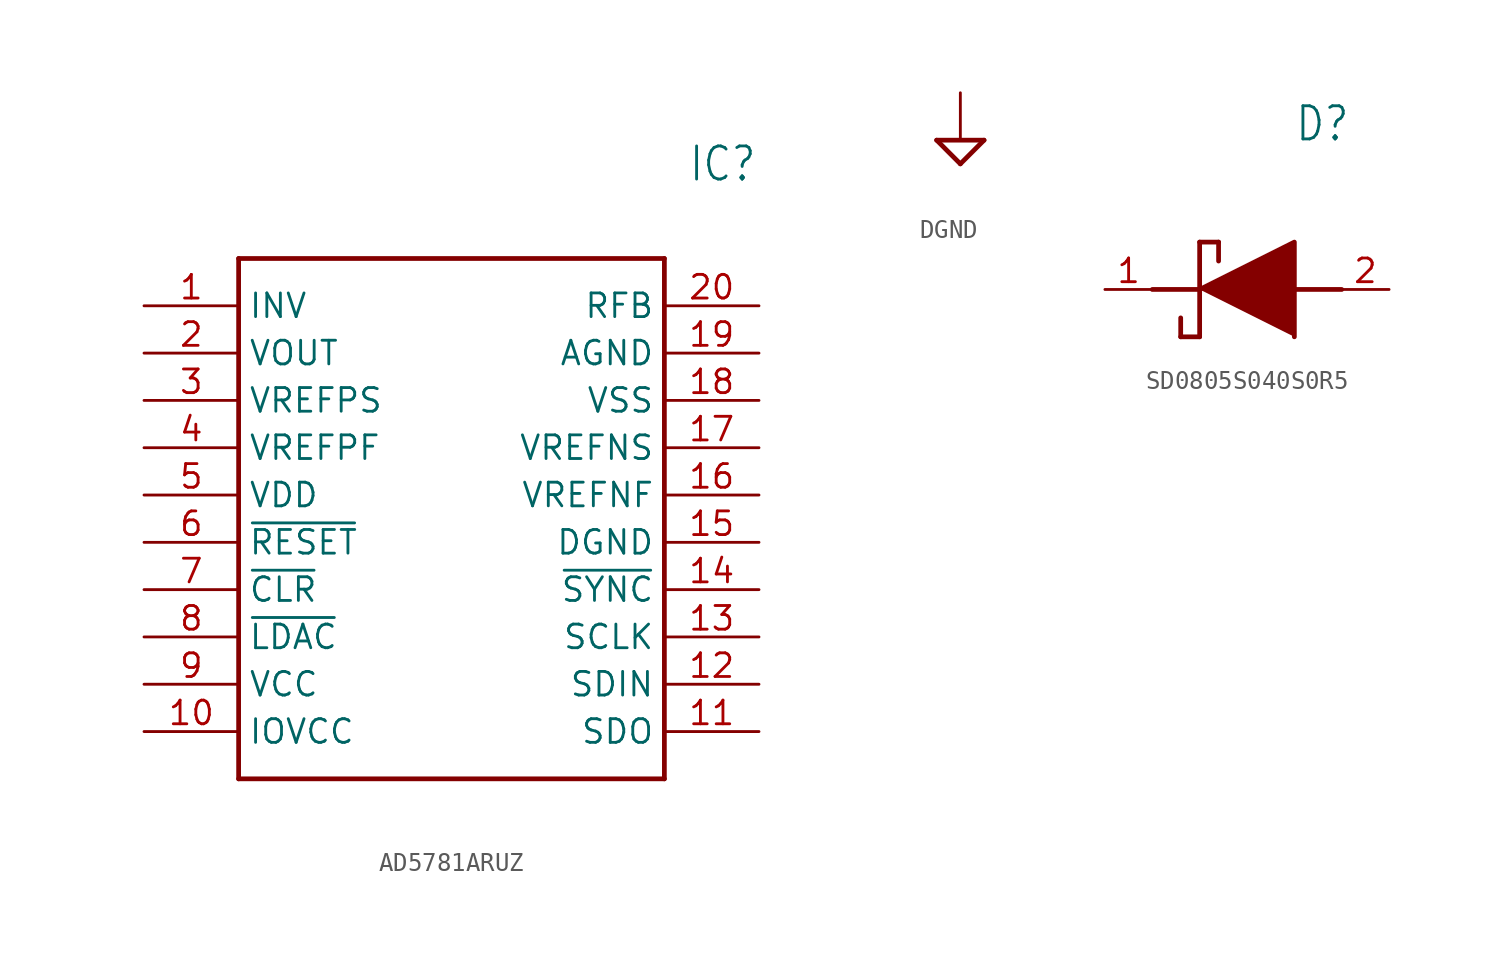
<source format=kicad_sym>
(kicad_symbol_lib
  (version 20231120)
  (generator "kicad_symbol_editor")
  (generator_version "8.0")
  (symbol "AD5781ARUZ"
    (property "Reference" "IC"
      (at 29.21 7.62 0)
      (effects (font (size 1.778 1.511)) (justify left)))
    (property "Value" ""
      (at 29.21 5.08 0)
      (effects (font (size 1.778 1.511)) (justify left)))
    (property "ki_locked" ""
      (at 0 0 0)
      (effects (font (size 1.27 1.27))))
    (symbol "AD5781ARUZ_1_0"
      (polyline (pts (xy 5.08 2.54) (xy 5.08 -25.4)) (stroke (width 0.254) (type solid)) (fill (type none)))
      (polyline (pts (xy 5.08 2.54) (xy 27.94 2.54)) (stroke (width 0.254) (type solid)) (fill (type none)))
      (polyline (pts (xy 27.94 -25.4) (xy 5.08 -25.4)) (stroke (width 0.254) (type solid)) (fill (type none)))
      (polyline (pts (xy 27.94 -25.4) (xy 27.94 2.54)) (stroke (width 0.254) (type solid)) (fill (type none)))
      (pin bidirectional line (at 0 0 0) (length 5.08) (name "INV" (effects (font (size 1.27 1.27)))) (number "1" (effects (font (size 1.27 1.27)))))
      (pin bidirectional line (at 0 -22.86 0) (length 5.08) (name "IOVCC" (effects (font (size 1.27 1.27)))) (number "10" (effects (font (size 1.27 1.27)))))
      (pin bidirectional line (at 33.02 -22.86 180) (length 5.08) (name "SDO" (effects (font (size 1.27 1.27)))) (number "11" (effects (font (size 1.27 1.27)))))
      (pin bidirectional line (at 33.02 -20.32 180) (length 5.08) (name "SDIN" (effects (font (size 1.27 1.27)))) (number "12" (effects (font (size 1.27 1.27)))))
      (pin bidirectional line (at 33.02 -17.78 180) (length 5.08) (name "SCLK" (effects (font (size 1.27 1.27)))) (number "13" (effects (font (size 1.27 1.27)))))
      (pin bidirectional line (at 33.02 -15.24 180) (length 5.08) (name "~{SYNC}" (effects (font (size 1.27 1.27)))) (number "14" (effects (font (size 1.27 1.27)))))
      (pin bidirectional line (at 33.02 -12.7 180) (length 5.08) (name "DGND" (effects (font (size 1.27 1.27)))) (number "15" (effects (font (size 1.27 1.27)))))
      (pin bidirectional line (at 33.02 -10.16 180) (length 5.08) (name "VREFNF" (effects (font (size 1.27 1.27)))) (number "16" (effects (font (size 1.27 1.27)))))
      (pin bidirectional line (at 33.02 -7.62 180) (length 5.08) (name "VREFNS" (effects (font (size 1.27 1.27)))) (number "17" (effects (font (size 1.27 1.27)))))
      (pin bidirectional line (at 33.02 -5.08 180) (length 5.08) (name "VSS" (effects (font (size 1.27 1.27)))) (number "18" (effects (font (size 1.27 1.27)))))
      (pin bidirectional line (at 33.02 -2.54 180) (length 5.08) (name "AGND" (effects (font (size 1.27 1.27)))) (number "19" (effects (font (size 1.27 1.27)))))
      (pin bidirectional line (at 0 -2.54 0) (length 5.08) (name "VOUT" (effects (font (size 1.27 1.27)))) (number "2" (effects (font (size 1.27 1.27)))))
      (pin bidirectional line (at 33.02 0 180) (length 5.08) (name "RFB" (effects (font (size 1.27 1.27)))) (number "20" (effects (font (size 1.27 1.27)))))
      (pin bidirectional line (at 0 -5.08 0) (length 5.08) (name "VREFPS" (effects (font (size 1.27 1.27)))) (number "3" (effects (font (size 1.27 1.27)))))
      (pin bidirectional line (at 0 -7.62 0) (length 5.08) (name "VREFPF" (effects (font (size 1.27 1.27)))) (number "4" (effects (font (size 1.27 1.27)))))
      (pin bidirectional line (at 0 -10.16 0) (length 5.08) (name "VDD" (effects (font (size 1.27 1.27)))) (number "5" (effects (font (size 1.27 1.27)))))
      (pin bidirectional line (at 0 -12.7 0) (length 5.08) (name "~{RESET}" (effects (font (size 1.27 1.27)))) (number "6" (effects (font (size 1.27 1.27)))))
      (pin bidirectional line (at 0 -15.24 0) (length 5.08) (name "~{CLR}" (effects (font (size 1.27 1.27)))) (number "7" (effects (font (size 1.27 1.27)))))
      (pin bidirectional line (at 0 -17.78 0) (length 5.08) (name "~{LDAC}" (effects (font (size 1.27 1.27)))) (number "8" (effects (font (size 1.27 1.27)))))
      (pin bidirectional line (at 0 -20.32 0) (length 5.08) (name "VCC" (effects (font (size 1.27 1.27)))) (number "9" (effects (font (size 1.27 1.27)))))))
  (symbol "DGND"
    (power)
    (property "Reference" "#SUPPLY"
      (at 0 0 0)
      (effects (font (size 1.27 1.27)) (hide yes)))
    (property "Value" ""
      (at -2.667 -3.175 0)
      (effects (font (size 1.778 1.511)) (justify left bottom)))
    (property "ki_locked" ""
      (at 0 0 0)
      (effects (font (size 1.27 1.27))))
    (symbol "DGND_1_0"
      (polyline (pts (xy -1.27 0) (xy 1.27 0)) (stroke (width 0.254) (type solid)) (fill (type none)))
      (polyline (pts (xy 0 -1.27) (xy -1.27 0)) (stroke (width 0.254) (type solid)) (fill (type none)))
      (polyline (pts (xy 1.27 0) (xy 0 -1.27)) (stroke (width 0.254) (type solid)) (fill (type none)))
      (pin power_in line (at 0 2.54 270) (length 2.54) (name "DGND" (effects (font (size 0 0)))) (number "1" (effects (font (size 0 0)))))))
  (symbol "SD0805S040S0R5"
    (property "Reference" "D"
      (at 12.7 8.89 0)
      (effects (font (size 1.778 1.511)) (justify left)))
    (property "Value" ""
      (at 12.7 6.35 0)
      (effects (font (size 1.778 1.511)) (justify left)))
    (property "ki_locked" ""
      (at 0 0 0)
      (effects (font (size 1.27 1.27))))
    (symbol "SD0805S040S0R5_1_0"
      (polyline (pts (xy 5.08 0) (xy 7.62 0)) (stroke (width 0.254) (type solid)) (fill (type none)))
      (polyline (pts (xy 6.604 -1.524) (xy 6.604 -2.54)) (stroke (width 0.254) (type solid)) (fill (type none)))
      (polyline (pts (xy 7.62 -2.54) (xy 6.604 -2.54)) (stroke (width 0.254) (type solid)) (fill (type none)))
      (polyline (pts (xy 7.62 2.54) (xy 7.62 -2.54)) (stroke (width 0.254) (type solid)) (fill (type none)))
      (polyline (pts (xy 7.62 2.54) (xy 8.636 2.54)) (stroke (width 0.254) (type solid)) (fill (type none)))
      (polyline (pts (xy 8.636 1.524) (xy 8.636 2.54)) (stroke (width 0.254) (type solid)) (fill (type none)))
      (polyline (pts (xy 12.7 0) (xy 15.24 0)) (stroke (width 0.254) (type solid)) (fill (type none)))
      (polyline (pts (xy 7.62 0) (xy 12.7 2.54) (xy 12.7 -2.54)) (stroke (width 0.254) (type solid)) (fill (type outline)))
      (pin bidirectional line (at 2.54 0 0) (length 2.54) (name "K" (effects (font (size 0 0)))) (number "1" (effects (font (size 1.27 1.27)))))
      (pin bidirectional line (at 17.78 0 180) (length 2.54) (name "A" (effects (font (size 0 0)))) (number "2" (effects (font (size 1.27 1.27))))))))
</source>
